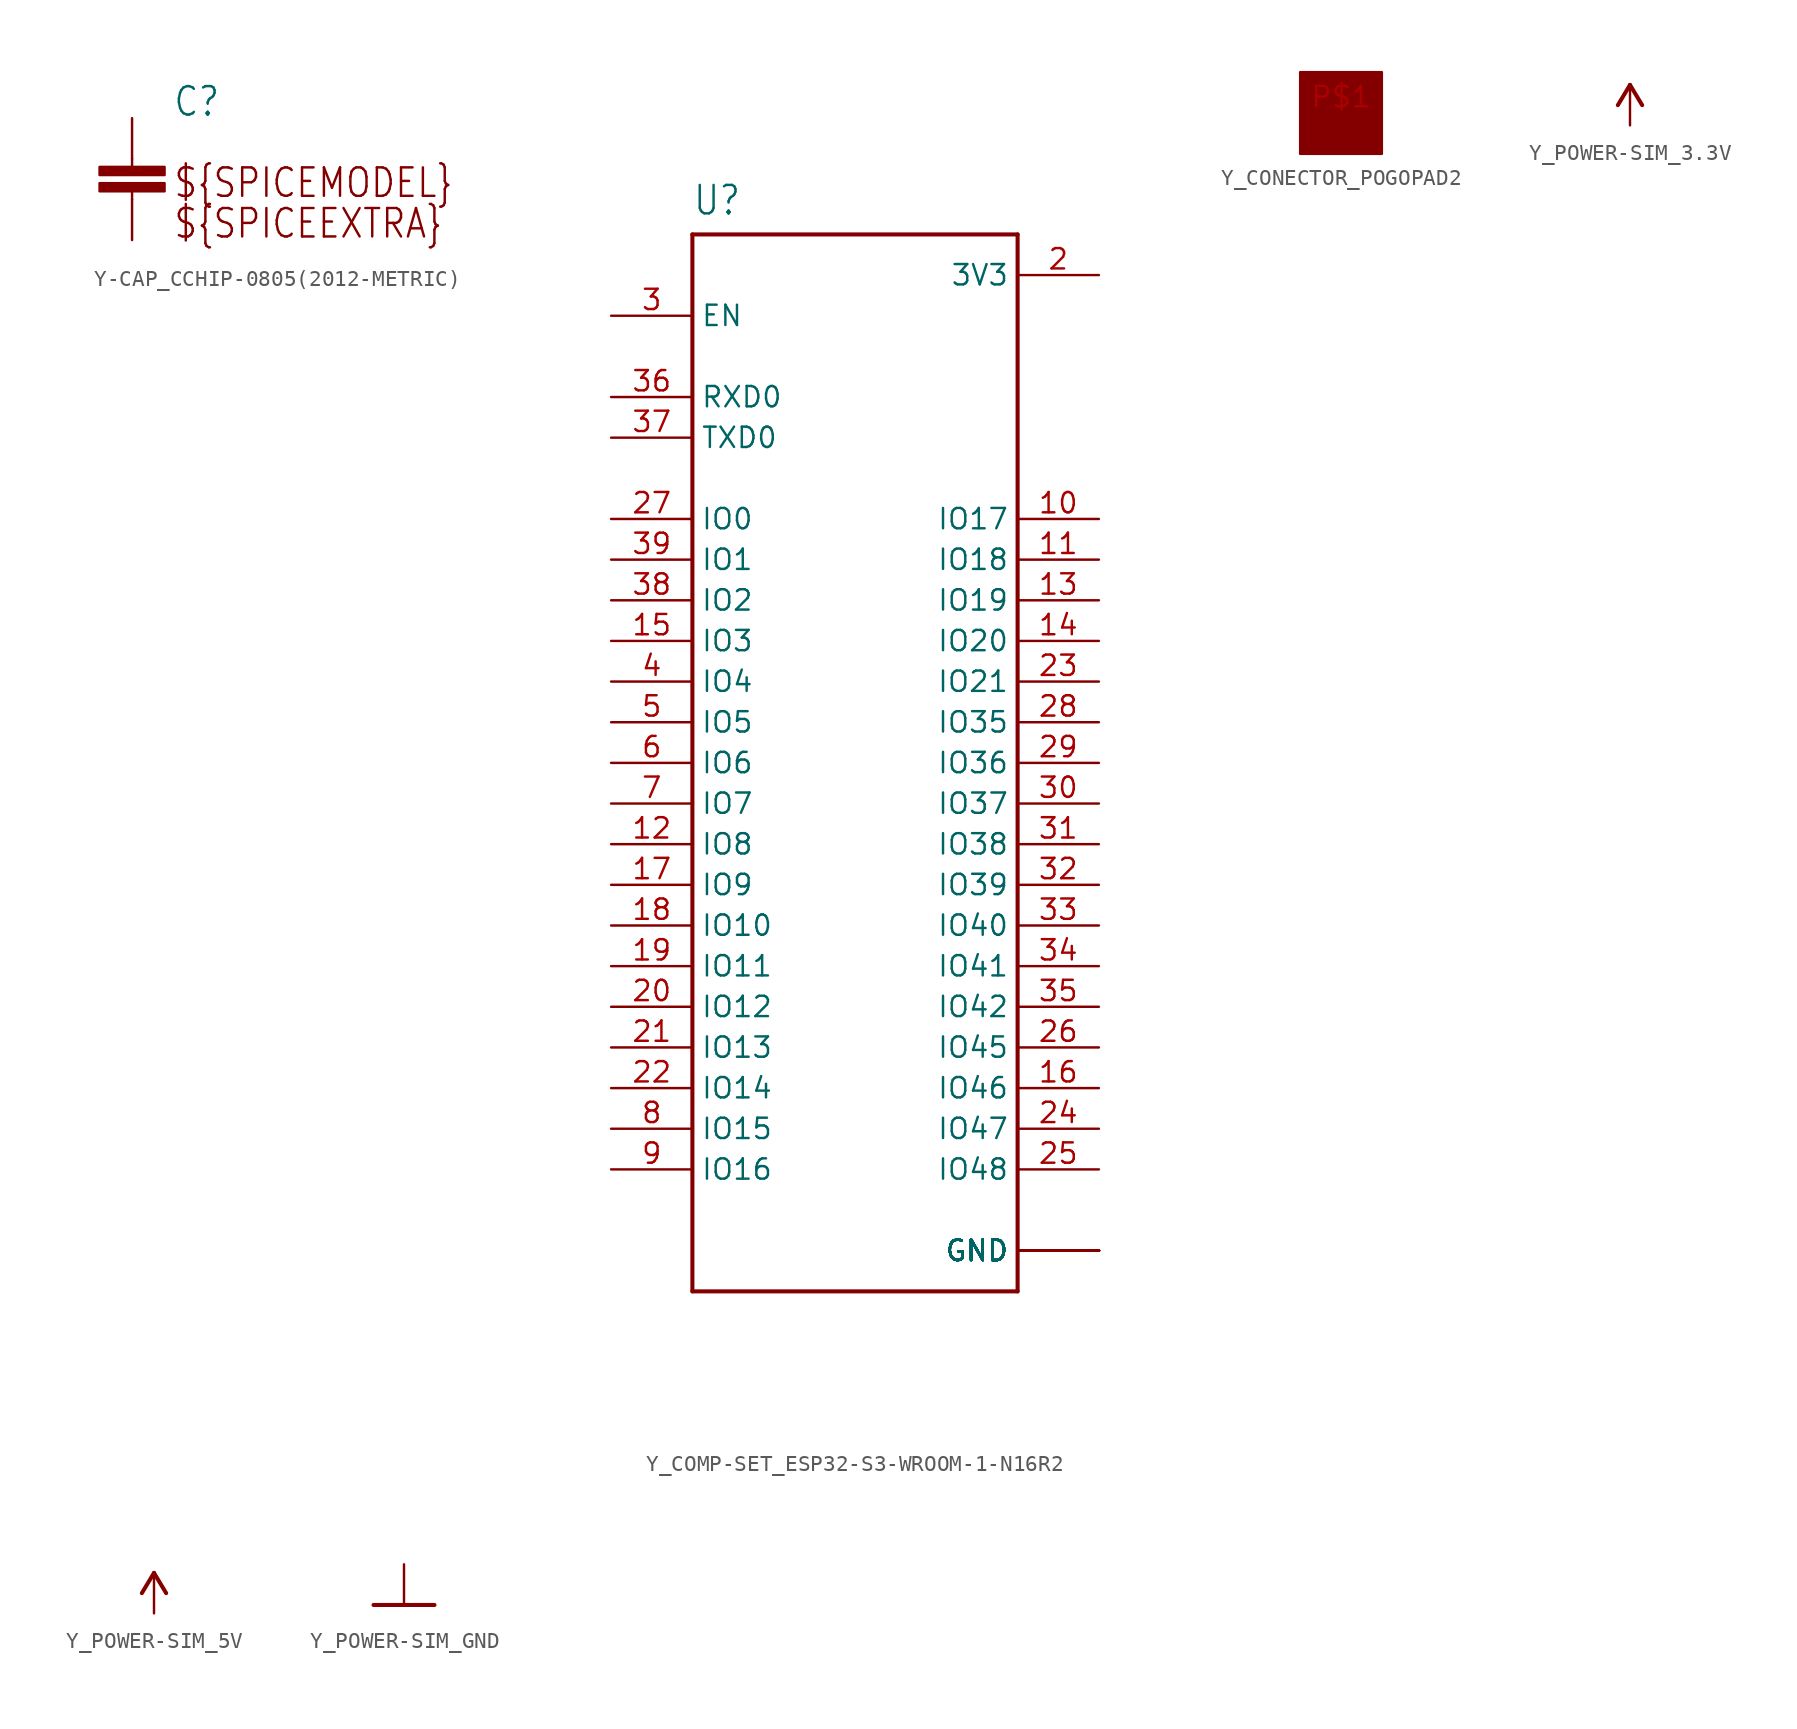
<source format=kicad_sym>
(kicad_symbol_lib
  (version 20231120)
  (generator "kicad_symbol_editor")
  (generator_version "8.0")
  (symbol "Y-CAP_CCHIP-0805(2012-METRIC)"
    (property "Reference" "C"
      (at 2.54 2.54 0)
      (effects (font (size 1.778 1.511)) (justify left bottom)))
    (property "Value" ""
      (at 2.54 0 0)
      (effects (font (size 1.778 1.511)) (justify left bottom)))
    (property "ki_locked" ""
      (at 0 0 0)
      (effects (font (size 1.27 1.27))))
    (symbol "Y-CAP_CCHIP-0805(2012-METRIC)_1_0"
      (rectangle (start -2.032 -2.032) (end 2.032 -1.524) (stroke (width 0) (type default)) (fill (type outline)))
      (rectangle (start -2.032 -1.016) (end 2.032 -0.508) (stroke (width 0) (type default)) (fill (type outline)))
      (polyline (pts (xy 0 -2.54) (xy 0 -2.032)) (stroke (width 0.152) (type solid)) (fill (type none)))
      (polyline (pts (xy 0 0) (xy 0 -0.508)) (stroke (width 0.152) (type solid)) (fill (type none)))
      (text "${SPICEEXTRA}" (at 2.54 -5.08 0) (effects (font (size 1.778 1.511)) (justify left bottom)))
      (text "${SPICEMODEL}" (at 2.54 -2.54 0) (effects (font (size 1.778 1.511)) (justify left bottom)))
      (pin passive line (at 0 2.54 270) (length 2.54) (name "1" (effects (font (size 0 0)))) (number "1" (effects (font (size 0 0)))))
      (pin passive line (at 0 -5.08 90) (length 2.54) (name "2" (effects (font (size 0 0)))) (number "2" (effects (font (size 0 0)))))))
  (symbol "Y_COMP-SET_ESP32-S3-WROOM-1-N16R2"
    (property "Reference" "U"
      (at -10.16 34.112 0)
      (effects (font (size 1.778 1.511)) (justify left bottom)))
    (property "Value" ""
      (at -10.16 -35.56 0)
      (effects (font (size 1.778 1.511)) (justify left bottom)))
    (property "ki_locked" ""
      (at 0 0 0)
      (effects (font (size 1.27 1.27))))
    (symbol "Y_COMP-SET_ESP32-S3-WROOM-1-N16R2_1_0"
      (polyline (pts (xy -10.16 -33.02) (xy -10.16 33.02)) (stroke (width 0.254) (type solid)) (fill (type none)))
      (polyline (pts (xy -10.16 33.02) (xy 10.16 33.02)) (stroke (width 0.254) (type solid)) (fill (type none)))
      (polyline (pts (xy 10.16 -33.02) (xy -10.16 -33.02)) (stroke (width 0.254) (type solid)) (fill (type none)))
      (polyline (pts (xy 10.16 33.02) (xy 10.16 -33.02)) (stroke (width 0.254) (type solid)) (fill (type none)))
      (pin power_in line (at 15.24 -30.48 180) (length 5.08) (name "GND" (effects (font (size 1.27 1.27)))) (number "1" (effects (font (size 0 0)))))
      (pin bidirectional line (at 15.24 15.24 180) (length 5.08) (name "IO17" (effects (font (size 1.27 1.27)))) (number "10" (effects (font (size 1.27 1.27)))))
      (pin bidirectional line (at 15.24 12.7 180) (length 5.08) (name "IO18" (effects (font (size 1.27 1.27)))) (number "11" (effects (font (size 1.27 1.27)))))
      (pin bidirectional line (at -15.24 -5.08 0) (length 5.08) (name "IO8" (effects (font (size 1.27 1.27)))) (number "12" (effects (font (size 1.27 1.27)))))
      (pin bidirectional line (at 15.24 10.16 180) (length 5.08) (name "IO19" (effects (font (size 1.27 1.27)))) (number "13" (effects (font (size 1.27 1.27)))))
      (pin bidirectional line (at 15.24 7.62 180) (length 5.08) (name "IO20" (effects (font (size 1.27 1.27)))) (number "14" (effects (font (size 1.27 1.27)))))
      (pin bidirectional line (at -15.24 7.62 0) (length 5.08) (name "IO3" (effects (font (size 1.27 1.27)))) (number "15" (effects (font (size 1.27 1.27)))))
      (pin bidirectional line (at 15.24 -20.32 180) (length 5.08) (name "IO46" (effects (font (size 1.27 1.27)))) (number "16" (effects (font (size 1.27 1.27)))))
      (pin bidirectional line (at -15.24 -7.62 0) (length 5.08) (name "IO9" (effects (font (size 1.27 1.27)))) (number "17" (effects (font (size 1.27 1.27)))))
      (pin bidirectional line (at -15.24 -10.16 0) (length 5.08) (name "IO10" (effects (font (size 1.27 1.27)))) (number "18" (effects (font (size 1.27 1.27)))))
      (pin bidirectional line (at -15.24 -12.7 0) (length 5.08) (name "IO11" (effects (font (size 1.27 1.27)))) (number "19" (effects (font (size 1.27 1.27)))))
      (pin power_in line (at 15.24 30.48 180) (length 5.08) (name "3V3" (effects (font (size 1.27 1.27)))) (number "2" (effects (font (size 1.27 1.27)))))
      (pin bidirectional line (at -15.24 -15.24 0) (length 5.08) (name "IO12" (effects (font (size 1.27 1.27)))) (number "20" (effects (font (size 1.27 1.27)))))
      (pin bidirectional line (at -15.24 -17.78 0) (length 5.08) (name "IO13" (effects (font (size 1.27 1.27)))) (number "21" (effects (font (size 1.27 1.27)))))
      (pin bidirectional line (at -15.24 -20.32 0) (length 5.08) (name "IO14" (effects (font (size 1.27 1.27)))) (number "22" (effects (font (size 1.27 1.27)))))
      (pin bidirectional line (at 15.24 5.08 180) (length 5.08) (name "IO21" (effects (font (size 1.27 1.27)))) (number "23" (effects (font (size 1.27 1.27)))))
      (pin bidirectional line (at 15.24 -22.86 180) (length 5.08) (name "IO47" (effects (font (size 1.27 1.27)))) (number "24" (effects (font (size 1.27 1.27)))))
      (pin bidirectional line (at 15.24 -25.4 180) (length 5.08) (name "IO48" (effects (font (size 1.27 1.27)))) (number "25" (effects (font (size 1.27 1.27)))))
      (pin bidirectional line (at 15.24 -17.78 180) (length 5.08) (name "IO45" (effects (font (size 1.27 1.27)))) (number "26" (effects (font (size 1.27 1.27)))))
      (pin bidirectional line (at -15.24 15.24 0) (length 5.08) (name "IO0" (effects (font (size 1.27 1.27)))) (number "27" (effects (font (size 1.27 1.27)))))
      (pin bidirectional line (at 15.24 2.54 180) (length 5.08) (name "IO35" (effects (font (size 1.27 1.27)))) (number "28" (effects (font (size 1.27 1.27)))))
      (pin bidirectional line (at 15.24 0 180) (length 5.08) (name "IO36" (effects (font (size 1.27 1.27)))) (number "29" (effects (font (size 1.27 1.27)))))
      (pin input line (at -15.24 27.94 0) (length 5.08) (name "EN" (effects (font (size 1.27 1.27)))) (number "3" (effects (font (size 1.27 1.27)))))
      (pin bidirectional line (at 15.24 -2.54 180) (length 5.08) (name "IO37" (effects (font (size 1.27 1.27)))) (number "30" (effects (font (size 1.27 1.27)))))
      (pin bidirectional line (at 15.24 -5.08 180) (length 5.08) (name "IO38" (effects (font (size 1.27 1.27)))) (number "31" (effects (font (size 1.27 1.27)))))
      (pin bidirectional line (at 15.24 -7.62 180) (length 5.08) (name "IO39" (effects (font (size 1.27 1.27)))) (number "32" (effects (font (size 1.27 1.27)))))
      (pin bidirectional line (at 15.24 -10.16 180) (length 5.08) (name "IO40" (effects (font (size 1.27 1.27)))) (number "33" (effects (font (size 1.27 1.27)))))
      (pin bidirectional line (at 15.24 -12.7 180) (length 5.08) (name "IO41" (effects (font (size 1.27 1.27)))) (number "34" (effects (font (size 1.27 1.27)))))
      (pin bidirectional line (at 15.24 -15.24 180) (length 5.08) (name "IO42" (effects (font (size 1.27 1.27)))) (number "35" (effects (font (size 1.27 1.27)))))
      (pin bidirectional line (at -15.24 22.86 0) (length 5.08) (name "RXD0" (effects (font (size 1.27 1.27)))) (number "36" (effects (font (size 1.27 1.27)))))
      (pin bidirectional line (at -15.24 20.32 0) (length 5.08) (name "TXD0" (effects (font (size 1.27 1.27)))) (number "37" (effects (font (size 1.27 1.27)))))
      (pin bidirectional line (at -15.24 10.16 0) (length 5.08) (name "IO2" (effects (font (size 1.27 1.27)))) (number "38" (effects (font (size 1.27 1.27)))))
      (pin bidirectional line (at -15.24 12.7 0) (length 5.08) (name "IO1" (effects (font (size 1.27 1.27)))) (number "39" (effects (font (size 1.27 1.27)))))
      (pin bidirectional line (at -15.24 5.08 0) (length 5.08) (name "IO4" (effects (font (size 1.27 1.27)))) (number "4" (effects (font (size 1.27 1.27)))))
      (pin power_in line (at 15.24 -30.48 180) (length 5.08) (name "GND" (effects (font (size 1.27 1.27)))) (number "40" (effects (font (size 0 0)))))
      (pin power_in line (at 15.24 -30.48 180) (length 5.08) (name "GND" (effects (font (size 1.27 1.27)))) (number "41_1" (effects (font (size 0 0)))))
      (pin power_in line (at 15.24 -30.48 180) (length 5.08) (name "GND" (effects (font (size 1.27 1.27)))) (number "41_10" (effects (font (size 0 0)))))
      (pin power_in line (at 15.24 -30.48 180) (length 5.08) (name "GND" (effects (font (size 1.27 1.27)))) (number "41_11" (effects (font (size 0 0)))))
      (pin power_in line (at 15.24 -30.48 180) (length 5.08) (name "GND" (effects (font (size 1.27 1.27)))) (number "41_12" (effects (font (size 0 0)))))
      (pin power_in line (at 15.24 -30.48 180) (length 5.08) (name "GND" (effects (font (size 1.27 1.27)))) (number "41_13" (effects (font (size 0 0)))))
      (pin power_in line (at 15.24 -30.48 180) (length 5.08) (name "GND" (effects (font (size 1.27 1.27)))) (number "41_14" (effects (font (size 0 0)))))
      (pin power_in line (at 15.24 -30.48 180) (length 5.08) (name "GND" (effects (font (size 1.27 1.27)))) (number "41_15" (effects (font (size 0 0)))))
      (pin power_in line (at 15.24 -30.48 180) (length 5.08) (name "GND" (effects (font (size 1.27 1.27)))) (number "41_16" (effects (font (size 0 0)))))
      (pin power_in line (at 15.24 -30.48 180) (length 5.08) (name "GND" (effects (font (size 1.27 1.27)))) (number "41_17" (effects (font (size 0 0)))))
      (pin power_in line (at 15.24 -30.48 180) (length 5.08) (name "GND" (effects (font (size 1.27 1.27)))) (number "41_18" (effects (font (size 0 0)))))
      (pin power_in line (at 15.24 -30.48 180) (length 5.08) (name "GND" (effects (font (size 1.27 1.27)))) (number "41_19" (effects (font (size 0 0)))))
      (pin power_in line (at 15.24 -30.48 180) (length 5.08) (name "GND" (effects (font (size 1.27 1.27)))) (number "41_2" (effects (font (size 0 0)))))
      (pin power_in line (at 15.24 -30.48 180) (length 5.08) (name "GND" (effects (font (size 1.27 1.27)))) (number "41_20" (effects (font (size 0 0)))))
      (pin power_in line (at 15.24 -30.48 180) (length 5.08) (name "GND" (effects (font (size 1.27 1.27)))) (number "41_21" (effects (font (size 0 0)))))
      (pin power_in line (at 15.24 -30.48 180) (length 5.08) (name "GND" (effects (font (size 1.27 1.27)))) (number "41_3" (effects (font (size 0 0)))))
      (pin power_in line (at 15.24 -30.48 180) (length 5.08) (name "GND" (effects (font (size 1.27 1.27)))) (number "41_4" (effects (font (size 0 0)))))
      (pin power_in line (at 15.24 -30.48 180) (length 5.08) (name "GND" (effects (font (size 1.27 1.27)))) (number "41_5" (effects (font (size 0 0)))))
      (pin power_in line (at 15.24 -30.48 180) (length 5.08) (name "GND" (effects (font (size 1.27 1.27)))) (number "41_6" (effects (font (size 0 0)))))
      (pin power_in line (at 15.24 -30.48 180) (length 5.08) (name "GND" (effects (font (size 1.27 1.27)))) (number "41_7" (effects (font (size 0 0)))))
      (pin power_in line (at 15.24 -30.48 180) (length 5.08) (name "GND" (effects (font (size 1.27 1.27)))) (number "41_8" (effects (font (size 0 0)))))
      (pin power_in line (at 15.24 -30.48 180) (length 5.08) (name "GND" (effects (font (size 1.27 1.27)))) (number "41_9" (effects (font (size 0 0)))))
      (pin bidirectional line (at -15.24 2.54 0) (length 5.08) (name "IO5" (effects (font (size 1.27 1.27)))) (number "5" (effects (font (size 1.27 1.27)))))
      (pin bidirectional line (at -15.24 0 0) (length 5.08) (name "IO6" (effects (font (size 1.27 1.27)))) (number "6" (effects (font (size 1.27 1.27)))))
      (pin bidirectional line (at -15.24 -2.54 0) (length 5.08) (name "IO7" (effects (font (size 1.27 1.27)))) (number "7" (effects (font (size 1.27 1.27)))))
      (pin bidirectional line (at -15.24 -22.86 0) (length 5.08) (name "IO15" (effects (font (size 1.27 1.27)))) (number "8" (effects (font (size 1.27 1.27)))))
      (pin bidirectional line (at -15.24 -25.4 0) (length 5.08) (name "IO16" (effects (font (size 1.27 1.27)))) (number "9" (effects (font (size 1.27 1.27)))))))
  (symbol "Y_CONECTOR_POGOPAD2"
    (property "Reference" ""
      (at 0 0 0)
      (effects (font (size 1.27 1.27)) (hide yes)))
    (property "ki_locked" ""
      (at 0 0 0)
      (effects (font (size 1.27 1.27))))
    (symbol "Y_CONECTOR_POGOPAD2_1_0"
      (rectangle (start -2.54 -2.54) (end 2.54 2.54) (stroke (width 0) (type default)) (fill (type outline)))
      (pin bidirectional line (at 0 0 0) (length 0) (name "P$1" (effects (font (size 0 0)))) (number "P$1" (effects (font (size 1.27 1.27)))))))
  (symbol "Y_POWER-SIM_3.3V"
    (power)
    (property "Reference" "#SUPPLY"
      (at 0 0 0)
      (effects (font (size 1.27 1.27)) (hide yes)))
    (property "Value" ""
      (at 0 2.794 0)
      (effects (font (size 1.778 1.778)) (justify bottom)))
    (property "ki_locked" ""
      (at 0 0 0)
      (effects (font (size 1.27 1.27))))
    (symbol "Y_POWER-SIM_3.3V_1_0"
      (polyline (pts (xy 0 2.54) (xy -0.762 1.27)) (stroke (width 0.254) (type solid)) (fill (type none)))
      (polyline (pts (xy 0.762 1.27) (xy 0 2.54)) (stroke (width 0.254) (type solid)) (fill (type none)))
      (pin power_in line (at 0 0 90) (length 2.54) (name "3.3V" (effects (font (size 0 0)))) (number "1" (effects (font (size 0 0)))))))
  (symbol "Y_POWER-SIM_5V"
    (power)
    (property "Reference" "#SUPPLY"
      (at 0 0 0)
      (effects (font (size 1.27 1.27)) (hide yes)))
    (property "Value" ""
      (at 0 2.794 0)
      (effects (font (size 1.778 1.778)) (justify bottom)))
    (property "ki_locked" ""
      (at 0 0 0)
      (effects (font (size 1.27 1.27))))
    (symbol "Y_POWER-SIM_5V_1_0"
      (polyline (pts (xy 0 2.54) (xy -0.762 1.27)) (stroke (width 0.254) (type solid)) (fill (type none)))
      (polyline (pts (xy 0.762 1.27) (xy 0 2.54)) (stroke (width 0.254) (type solid)) (fill (type none)))
      (pin power_in line (at 0 0 90) (length 2.54) (name "5V" (effects (font (size 0 0)))) (number "1" (effects (font (size 0 0)))))))
  (symbol "Y_POWER-SIM_GND"
    (power)
    (property "Reference" "#GND"
      (at 0 0 0)
      (effects (font (size 1.27 1.27)) (hide yes)))
    (property "Value" ""
      (at 0 -0.254 0)
      (effects (font (size 1.778 1.778)) (justify top)))
    (property "ki_locked" ""
      (at 0 0 0)
      (effects (font (size 1.27 1.27))))
    (symbol "Y_POWER-SIM_GND_1_0"
      (polyline (pts (xy -1.905 0) (xy 1.905 0)) (stroke (width 0.254) (type solid)) (fill (type none)))
      (pin power_in line (at 0 2.54 270) (length 2.54) (name "GND" (effects (font (size 0 0)))) (number "1" (effects (font (size 0 0))))))))
</source>
